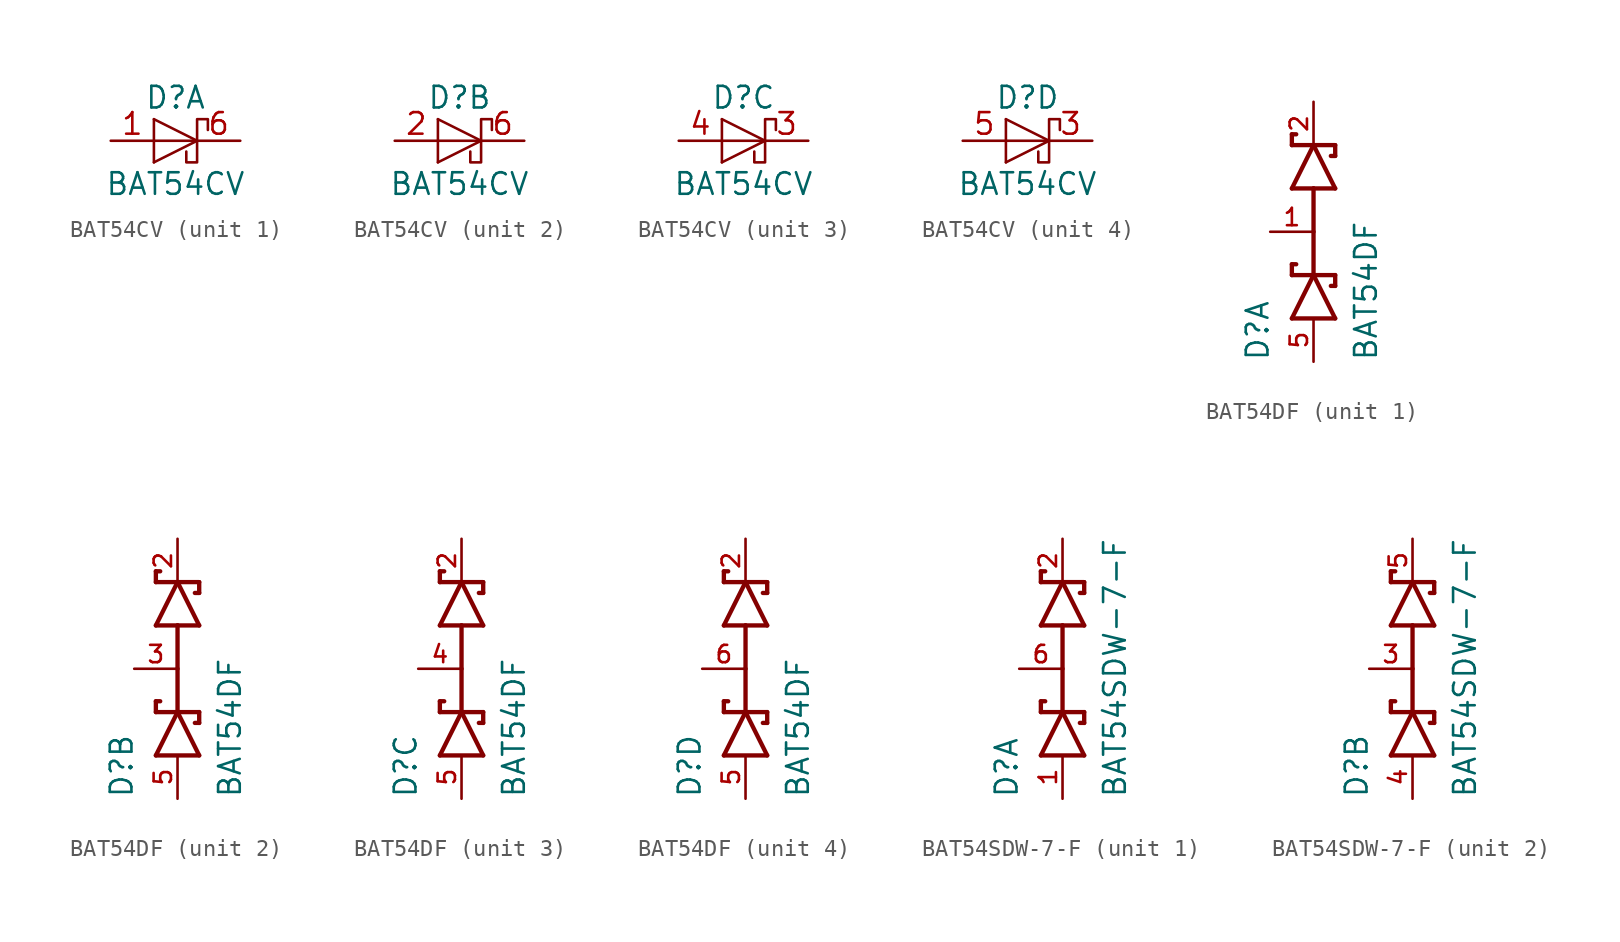
<source format=kicad_sym>
(kicad_symbol_lib
  (version 20220914)
  (generator kicad_symbol_editor)
  (symbol "BAT54CV"
    (pin_names
      (offset 1.016) hide)
    (property "Reference" "D"
      (at 0 2.54 0)
      (effects (font (size 1.27 1.27))))
    (property "Value" "BAT54CV"
      (at 0 -2.54 0)
      (effects (font (size 1.27 1.27))))
    (symbol "BAT54CV_0_1"
      (polyline (pts (xy -1.27 0) (xy 1.27 0)) (stroke (width 0) (type default)) (fill (type none)))
      (polyline (pts (xy -1.27 1.27) (xy -1.27 -1.27)) (stroke (width 0) (type default)) (fill (type none)))
      (polyline (pts (xy -1.27 -1.27) (xy 1.27 0) (xy -1.27 1.27)) (stroke (width 0) (type default)) (fill (type none)))
      (polyline (pts (xy 0.635 -0.635) (xy 0.635 -1.27) (xy 1.27 -1.27) (xy 1.27 1.27) (xy 1.905 1.27) (xy 1.905 0.635)) (stroke (width 0) (type default)) (fill (type none))))
    (symbol "BAT54CV_1_1"
      (pin passive line (at -3.81 0 0) (length 2.54) (name "K" (effects (font (size 1.27 1.27)))) (number "1" (effects (font (size 1.27 1.27)))))
      (pin passive line (at 3.81 0 180) (length 2.54) (name "A" (effects (font (size 1.27 1.27)))) (number "6" (effects (font (size 1.27 1.27))))))
    (symbol "BAT54CV_2_1"
      (pin passive line (at -3.81 0 0) (length 2.54) (name "K" (effects (font (size 1.27 1.27)))) (number "2" (effects (font (size 1.27 1.27)))))
      (pin passive line (at 3.81 0 180) (length 2.54) (name "A" (effects (font (size 1.27 1.27)))) (number "6" (effects (font (size 1.27 1.27))))))
    (symbol "BAT54CV_3_1"
      (pin passive line (at 3.81 0 180) (length 2.54) (name "A" (effects (font (size 1.27 1.27)))) (number "3" (effects (font (size 1.27 1.27)))))
      (pin passive line (at -3.81 0 0) (length 2.54) (name "K" (effects (font (size 1.27 1.27)))) (number "4" (effects (font (size 1.27 1.27))))))
    (symbol "BAT54CV_4_1"
      (pin passive line (at 3.81 0 180) (length 2.54) (name "A" (effects (font (size 1.27 1.27)))) (number "3" (effects (font (size 1.27 1.27)))))
      (pin passive line (at -3.81 0 0) (length 2.54) (name "K" (effects (font (size 1.27 1.27)))) (number "5" (effects (font (size 1.27 1.27)))))))
  (symbol "BAT54DF"
    (pin_names
      (offset 1.016))
    (property "Reference" "D"
      (at -2.54 -7.62 90)
      (effects (font (size 1.27 1.27)) (justify left bottom)))
    (property "Value" "BAT54DF"
      (at 3.81 -7.62 90)
      (effects (font (size 1.27 1.27)) (justify left bottom)))
    (symbol "BAT54DF_1_0"
      (polyline (pts (xy -1.27 -5.08) (xy 1.27 -5.08)) (stroke (width 0.254) (type default)) (fill (type none)))
      (polyline (pts (xy -1.27 -2.54) (xy 0 -2.54)) (stroke (width 0.254) (type default)) (fill (type none)))
      (polyline (pts (xy -1.27 -1.905) (xy -1.27 -2.54)) (stroke (width 0.254) (type default)) (fill (type none)))
      (polyline (pts (xy -1.27 -1.905) (xy -1.016 -1.905)) (stroke (width 0.254) (type default)) (fill (type none)))
      (polyline (pts (xy -1.27 2.54) (xy 0 2.54)) (stroke (width 0.254) (type default)) (fill (type none)))
      (polyline (pts (xy -1.27 5.08) (xy 0 5.08)) (stroke (width 0.254) (type default)) (fill (type none)))
      (polyline (pts (xy -1.27 5.715) (xy -1.27 5.08)) (stroke (width 0.254) (type default)) (fill (type none)))
      (polyline (pts (xy -1.27 5.715) (xy -1.016 5.715)) (stroke (width 0.254) (type default)) (fill (type none)))
      (polyline (pts (xy 0 -2.54) (xy -1.27 -5.08)) (stroke (width 0.254) (type default)) (fill (type none)))
      (polyline (pts (xy 0 -2.54) (xy 1.27 -2.54)) (stroke (width 0.254) (type default)) (fill (type none)))
      (polyline (pts (xy 0 0) (xy 0 -2.54)) (stroke (width 0.254) (type default)) (fill (type none)))
      (polyline (pts (xy 0 0) (xy 0 2.54)) (stroke (width 0.254) (type default)) (fill (type none)))
      (polyline (pts (xy 0 2.54) (xy 1.27 2.54)) (stroke (width 0.254) (type default)) (fill (type none)))
      (polyline (pts (xy 0 5.08) (xy -1.27 2.54)) (stroke (width 0.254) (type default)) (fill (type none)))
      (polyline (pts (xy 0 5.08) (xy 1.27 5.08)) (stroke (width 0.254) (type default)) (fill (type none)))
      (polyline (pts (xy 1.016 -3.175) (xy 1.27 -3.175)) (stroke (width 0.254) (type default)) (fill (type none)))
      (polyline (pts (xy 1.016 4.445) (xy 1.27 4.445)) (stroke (width 0.254) (type default)) (fill (type none)))
      (polyline (pts (xy 1.27 -5.08) (xy 0 -2.54)) (stroke (width 0.254) (type default)) (fill (type none)))
      (polyline (pts (xy 1.27 -2.54) (xy 1.27 -3.175)) (stroke (width 0.254) (type default)) (fill (type none)))
      (polyline (pts (xy 1.27 2.54) (xy 0 5.08)) (stroke (width 0.254) (type default)) (fill (type none)))
      (polyline (pts (xy 1.27 5.08) (xy 1.27 4.445)) (stroke (width 0.254) (type default)) (fill (type none)))
      (pin passive line (at -2.54 0 0) (length 2.54) (name "~" (effects (font (size 1.016 1.016)))) (number "1" (effects (font (size 1.016 1.016)))))
      (pin passive line (at 0 7.62 270) (length 2.54) (name "~" (effects (font (size 1.016 1.016)))) (number "2" (effects (font (size 1.016 1.016)))))
      (pin passive line (at 0 -7.62 90) (length 2.54) (name "~" (effects (font (size 1.016 1.016)))) (number "5" (effects (font (size 1.016 1.016))))))
    (symbol "BAT54DF_2_0"
      (polyline (pts (xy -1.27 -5.08) (xy 1.27 -5.08)) (stroke (width 0.254) (type default)) (fill (type none)))
      (polyline (pts (xy -1.27 -2.54) (xy 0 -2.54)) (stroke (width 0.254) (type default)) (fill (type none)))
      (polyline (pts (xy -1.27 -1.905) (xy -1.27 -2.54)) (stroke (width 0.254) (type default)) (fill (type none)))
      (polyline (pts (xy -1.27 -1.905) (xy -1.016 -1.905)) (stroke (width 0.254) (type default)) (fill (type none)))
      (polyline (pts (xy -1.27 2.54) (xy 0 2.54)) (stroke (width 0.254) (type default)) (fill (type none)))
      (polyline (pts (xy -1.27 5.08) (xy 0 5.08)) (stroke (width 0.254) (type default)) (fill (type none)))
      (polyline (pts (xy -1.27 5.715) (xy -1.27 5.08)) (stroke (width 0.254) (type default)) (fill (type none)))
      (polyline (pts (xy -1.27 5.715) (xy -1.016 5.715)) (stroke (width 0.254) (type default)) (fill (type none)))
      (polyline (pts (xy 0 -2.54) (xy -1.27 -5.08)) (stroke (width 0.254) (type default)) (fill (type none)))
      (polyline (pts (xy 0 -2.54) (xy 1.27 -2.54)) (stroke (width 0.254) (type default)) (fill (type none)))
      (polyline (pts (xy 0 0) (xy 0 -2.54)) (stroke (width 0.254) (type default)) (fill (type none)))
      (polyline (pts (xy 0 0) (xy 0 2.54)) (stroke (width 0.254) (type default)) (fill (type none)))
      (polyline (pts (xy 0 2.54) (xy 1.27 2.54)) (stroke (width 0.254) (type default)) (fill (type none)))
      (polyline (pts (xy 0 5.08) (xy -1.27 2.54)) (stroke (width 0.254) (type default)) (fill (type none)))
      (polyline (pts (xy 0 5.08) (xy 1.27 5.08)) (stroke (width 0.254) (type default)) (fill (type none)))
      (polyline (pts (xy 1.016 -3.175) (xy 1.27 -3.175)) (stroke (width 0.254) (type default)) (fill (type none)))
      (polyline (pts (xy 1.016 4.445) (xy 1.27 4.445)) (stroke (width 0.254) (type default)) (fill (type none)))
      (polyline (pts (xy 1.27 -5.08) (xy 0 -2.54)) (stroke (width 0.254) (type default)) (fill (type none)))
      (polyline (pts (xy 1.27 -2.54) (xy 1.27 -3.175)) (stroke (width 0.254) (type default)) (fill (type none)))
      (polyline (pts (xy 1.27 2.54) (xy 0 5.08)) (stroke (width 0.254) (type default)) (fill (type none)))
      (polyline (pts (xy 1.27 5.08) (xy 1.27 4.445)) (stroke (width 0.254) (type default)) (fill (type none)))
      (pin passive line (at 0 7.62 270) (length 2.54) (name "~" (effects (font (size 1.016 1.016)))) (number "2" (effects (font (size 1.016 1.016)))))
      (pin passive line (at -2.54 0 0) (length 2.54) (name "~" (effects (font (size 1.016 1.016)))) (number "3" (effects (font (size 1.016 1.016)))))
      (pin passive line (at 0 -7.62 90) (length 2.54) (name "~" (effects (font (size 1.016 1.016)))) (number "5" (effects (font (size 1.016 1.016))))))
    (symbol "BAT54DF_3_0"
      (polyline (pts (xy -1.27 -5.08) (xy 1.27 -5.08)) (stroke (width 0.254) (type default)) (fill (type none)))
      (polyline (pts (xy -1.27 -2.54) (xy 0 -2.54)) (stroke (width 0.254) (type default)) (fill (type none)))
      (polyline (pts (xy -1.27 -1.905) (xy -1.27 -2.54)) (stroke (width 0.254) (type default)) (fill (type none)))
      (polyline (pts (xy -1.27 -1.905) (xy -1.016 -1.905)) (stroke (width 0.254) (type default)) (fill (type none)))
      (polyline (pts (xy -1.27 2.54) (xy 0 2.54)) (stroke (width 0.254) (type default)) (fill (type none)))
      (polyline (pts (xy -1.27 5.08) (xy 0 5.08)) (stroke (width 0.254) (type default)) (fill (type none)))
      (polyline (pts (xy -1.27 5.715) (xy -1.27 5.08)) (stroke (width 0.254) (type default)) (fill (type none)))
      (polyline (pts (xy -1.27 5.715) (xy -1.016 5.715)) (stroke (width 0.254) (type default)) (fill (type none)))
      (polyline (pts (xy 0 -2.54) (xy -1.27 -5.08)) (stroke (width 0.254) (type default)) (fill (type none)))
      (polyline (pts (xy 0 -2.54) (xy 1.27 -2.54)) (stroke (width 0.254) (type default)) (fill (type none)))
      (polyline (pts (xy 0 0) (xy 0 -2.54)) (stroke (width 0.254) (type default)) (fill (type none)))
      (polyline (pts (xy 0 0) (xy 0 2.54)) (stroke (width 0.254) (type default)) (fill (type none)))
      (polyline (pts (xy 0 2.54) (xy 1.27 2.54)) (stroke (width 0.254) (type default)) (fill (type none)))
      (polyline (pts (xy 0 5.08) (xy -1.27 2.54)) (stroke (width 0.254) (type default)) (fill (type none)))
      (polyline (pts (xy 0 5.08) (xy 1.27 5.08)) (stroke (width 0.254) (type default)) (fill (type none)))
      (polyline (pts (xy 1.016 -3.175) (xy 1.27 -3.175)) (stroke (width 0.254) (type default)) (fill (type none)))
      (polyline (pts (xy 1.016 4.445) (xy 1.27 4.445)) (stroke (width 0.254) (type default)) (fill (type none)))
      (polyline (pts (xy 1.27 -5.08) (xy 0 -2.54)) (stroke (width 0.254) (type default)) (fill (type none)))
      (polyline (pts (xy 1.27 -2.54) (xy 1.27 -3.175)) (stroke (width 0.254) (type default)) (fill (type none)))
      (polyline (pts (xy 1.27 2.54) (xy 0 5.08)) (stroke (width 0.254) (type default)) (fill (type none)))
      (polyline (pts (xy 1.27 5.08) (xy 1.27 4.445)) (stroke (width 0.254) (type default)) (fill (type none)))
      (pin passive line (at 0 7.62 270) (length 2.54) (name "~" (effects (font (size 1.016 1.016)))) (number "2" (effects (font (size 1.016 1.016)))))
      (pin passive line (at -2.54 0 0) (length 2.54) (name "~" (effects (font (size 1.016 1.016)))) (number "4" (effects (font (size 1.016 1.016)))))
      (pin passive line (at 0 -7.62 90) (length 2.54) (name "~" (effects (font (size 1.016 1.016)))) (number "5" (effects (font (size 1.016 1.016))))))
    (symbol "BAT54DF_4_0"
      (polyline (pts (xy -1.27 -5.08) (xy 1.27 -5.08)) (stroke (width 0.254) (type default)) (fill (type none)))
      (polyline (pts (xy -1.27 -2.54) (xy 0 -2.54)) (stroke (width 0.254) (type default)) (fill (type none)))
      (polyline (pts (xy -1.27 -1.905) (xy -1.27 -2.54)) (stroke (width 0.254) (type default)) (fill (type none)))
      (polyline (pts (xy -1.27 -1.905) (xy -1.016 -1.905)) (stroke (width 0.254) (type default)) (fill (type none)))
      (polyline (pts (xy -1.27 2.54) (xy 0 2.54)) (stroke (width 0.254) (type default)) (fill (type none)))
      (polyline (pts (xy -1.27 5.08) (xy 0 5.08)) (stroke (width 0.254) (type default)) (fill (type none)))
      (polyline (pts (xy -1.27 5.715) (xy -1.27 5.08)) (stroke (width 0.254) (type default)) (fill (type none)))
      (polyline (pts (xy -1.27 5.715) (xy -1.016 5.715)) (stroke (width 0.254) (type default)) (fill (type none)))
      (polyline (pts (xy 0 -2.54) (xy -1.27 -5.08)) (stroke (width 0.254) (type default)) (fill (type none)))
      (polyline (pts (xy 0 -2.54) (xy 1.27 -2.54)) (stroke (width 0.254) (type default)) (fill (type none)))
      (polyline (pts (xy 0 0) (xy 0 -2.54)) (stroke (width 0.254) (type default)) (fill (type none)))
      (polyline (pts (xy 0 0) (xy 0 2.54)) (stroke (width 0.254) (type default)) (fill (type none)))
      (polyline (pts (xy 0 2.54) (xy 1.27 2.54)) (stroke (width 0.254) (type default)) (fill (type none)))
      (polyline (pts (xy 0 5.08) (xy -1.27 2.54)) (stroke (width 0.254) (type default)) (fill (type none)))
      (polyline (pts (xy 0 5.08) (xy 1.27 5.08)) (stroke (width 0.254) (type default)) (fill (type none)))
      (polyline (pts (xy 1.016 -3.175) (xy 1.27 -3.175)) (stroke (width 0.254) (type default)) (fill (type none)))
      (polyline (pts (xy 1.016 4.445) (xy 1.27 4.445)) (stroke (width 0.254) (type default)) (fill (type none)))
      (polyline (pts (xy 1.27 -5.08) (xy 0 -2.54)) (stroke (width 0.254) (type default)) (fill (type none)))
      (polyline (pts (xy 1.27 -2.54) (xy 1.27 -3.175)) (stroke (width 0.254) (type default)) (fill (type none)))
      (polyline (pts (xy 1.27 2.54) (xy 0 5.08)) (stroke (width 0.254) (type default)) (fill (type none)))
      (polyline (pts (xy 1.27 5.08) (xy 1.27 4.445)) (stroke (width 0.254) (type default)) (fill (type none)))
      (pin passive line (at 0 7.62 270) (length 2.54) (name "~" (effects (font (size 1.016 1.016)))) (number "2" (effects (font (size 1.016 1.016)))))
      (pin passive line (at 0 -7.62 90) (length 2.54) (name "~" (effects (font (size 1.016 1.016)))) (number "5" (effects (font (size 1.016 1.016)))))
      (pin passive line (at -2.54 0 0) (length 2.54) (name "~" (effects (font (size 1.016 1.016)))) (number "6" (effects (font (size 1.016 1.016)))))))
  (symbol "BAT54SDW-7-F"
    (pin_names
      (offset 1.016))
    (property "Reference" "D"
      (at -2.54 -7.62 90)
      (effects (font (size 1.27 1.27)) (justify left bottom)))
    (property "Value" "BAT54SDW-7-F"
      (at 3.81 -7.62 90)
      (effects (font (size 1.27 1.27)) (justify left bottom)))
    (symbol "BAT54SDW-7-F_1_0"
      (polyline (pts (xy -1.27 -5.08) (xy 1.27 -5.08)) (stroke (width 0.254) (type default)) (fill (type none)))
      (polyline (pts (xy -1.27 -2.54) (xy 0 -2.54)) (stroke (width 0.254) (type default)) (fill (type none)))
      (polyline (pts (xy -1.27 -1.905) (xy -1.27 -2.54)) (stroke (width 0.254) (type default)) (fill (type none)))
      (polyline (pts (xy -1.27 -1.905) (xy -1.016 -1.905)) (stroke (width 0.254) (type default)) (fill (type none)))
      (polyline (pts (xy -1.27 2.54) (xy 0 2.54)) (stroke (width 0.254) (type default)) (fill (type none)))
      (polyline (pts (xy -1.27 5.08) (xy 0 5.08)) (stroke (width 0.254) (type default)) (fill (type none)))
      (polyline (pts (xy -1.27 5.715) (xy -1.27 5.08)) (stroke (width 0.254) (type default)) (fill (type none)))
      (polyline (pts (xy -1.27 5.715) (xy -1.016 5.715)) (stroke (width 0.254) (type default)) (fill (type none)))
      (polyline (pts (xy 0 -2.54) (xy -1.27 -5.08)) (stroke (width 0.254) (type default)) (fill (type none)))
      (polyline (pts (xy 0 -2.54) (xy 1.27 -2.54)) (stroke (width 0.254) (type default)) (fill (type none)))
      (polyline (pts (xy 0 0) (xy 0 -2.54)) (stroke (width 0.254) (type default)) (fill (type none)))
      (polyline (pts (xy 0 0) (xy 0 2.54)) (stroke (width 0.254) (type default)) (fill (type none)))
      (polyline (pts (xy 0 2.54) (xy 1.27 2.54)) (stroke (width 0.254) (type default)) (fill (type none)))
      (polyline (pts (xy 0 5.08) (xy -1.27 2.54)) (stroke (width 0.254) (type default)) (fill (type none)))
      (polyline (pts (xy 0 5.08) (xy 1.27 5.08)) (stroke (width 0.254) (type default)) (fill (type none)))
      (polyline (pts (xy 1.016 -3.175) (xy 1.27 -3.175)) (stroke (width 0.254) (type default)) (fill (type none)))
      (polyline (pts (xy 1.016 4.445) (xy 1.27 4.445)) (stroke (width 0.254) (type default)) (fill (type none)))
      (polyline (pts (xy 1.27 -5.08) (xy 0 -2.54)) (stroke (width 0.254) (type default)) (fill (type none)))
      (polyline (pts (xy 1.27 -2.54) (xy 1.27 -3.175)) (stroke (width 0.254) (type default)) (fill (type none)))
      (polyline (pts (xy 1.27 2.54) (xy 0 5.08)) (stroke (width 0.254) (type default)) (fill (type none)))
      (polyline (pts (xy 1.27 5.08) (xy 1.27 4.445)) (stroke (width 0.254) (type default)) (fill (type none)))
      (pin passive line (at 0 -7.62 90) (length 2.54) (name "~" (effects (font (size 1.016 1.016)))) (number "1" (effects (font (size 1.016 1.016)))))
      (pin passive line (at 0 7.62 270) (length 2.54) (name "~" (effects (font (size 1.016 1.016)))) (number "2" (effects (font (size 1.016 1.016)))))
      (pin passive line (at -2.54 0 0) (length 2.54) (name "~" (effects (font (size 1.016 1.016)))) (number "6" (effects (font (size 1.016 1.016))))))
    (symbol "BAT54SDW-7-F_2_0"
      (polyline (pts (xy -1.27 -5.08) (xy 1.27 -5.08)) (stroke (width 0.254) (type default)) (fill (type none)))
      (polyline (pts (xy -1.27 -2.54) (xy 0 -2.54)) (stroke (width 0.254) (type default)) (fill (type none)))
      (polyline (pts (xy -1.27 -1.905) (xy -1.27 -2.54)) (stroke (width 0.254) (type default)) (fill (type none)))
      (polyline (pts (xy -1.27 -1.905) (xy -1.016 -1.905)) (stroke (width 0.254) (type default)) (fill (type none)))
      (polyline (pts (xy -1.27 2.54) (xy 0 2.54)) (stroke (width 0.254) (type default)) (fill (type none)))
      (polyline (pts (xy -1.27 5.08) (xy 0 5.08)) (stroke (width 0.254) (type default)) (fill (type none)))
      (polyline (pts (xy -1.27 5.715) (xy -1.27 5.08)) (stroke (width 0.254) (type default)) (fill (type none)))
      (polyline (pts (xy -1.27 5.715) (xy -1.016 5.715)) (stroke (width 0.254) (type default)) (fill (type none)))
      (polyline (pts (xy 0 -2.54) (xy -1.27 -5.08)) (stroke (width 0.254) (type default)) (fill (type none)))
      (polyline (pts (xy 0 -2.54) (xy 1.27 -2.54)) (stroke (width 0.254) (type default)) (fill (type none)))
      (polyline (pts (xy 0 0) (xy 0 -2.54)) (stroke (width 0.254) (type default)) (fill (type none)))
      (polyline (pts (xy 0 0) (xy 0 2.54)) (stroke (width 0.254) (type default)) (fill (type none)))
      (polyline (pts (xy 0 2.54) (xy 1.27 2.54)) (stroke (width 0.254) (type default)) (fill (type none)))
      (polyline (pts (xy 0 5.08) (xy -1.27 2.54)) (stroke (width 0.254) (type default)) (fill (type none)))
      (polyline (pts (xy 0 5.08) (xy 1.27 5.08)) (stroke (width 0.254) (type default)) (fill (type none)))
      (polyline (pts (xy 1.016 -3.175) (xy 1.27 -3.175)) (stroke (width 0.254) (type default)) (fill (type none)))
      (polyline (pts (xy 1.016 4.445) (xy 1.27 4.445)) (stroke (width 0.254) (type default)) (fill (type none)))
      (polyline (pts (xy 1.27 -5.08) (xy 0 -2.54)) (stroke (width 0.254) (type default)) (fill (type none)))
      (polyline (pts (xy 1.27 -2.54) (xy 1.27 -3.175)) (stroke (width 0.254) (type default)) (fill (type none)))
      (polyline (pts (xy 1.27 2.54) (xy 0 5.08)) (stroke (width 0.254) (type default)) (fill (type none)))
      (polyline (pts (xy 1.27 5.08) (xy 1.27 4.445)) (stroke (width 0.254) (type default)) (fill (type none)))
      (pin passive line (at -2.54 0 0) (length 2.54) (name "~" (effects (font (size 1.016 1.016)))) (number "3" (effects (font (size 1.016 1.016)))))
      (pin passive line (at 0 -7.62 90) (length 2.54) (name "~" (effects (font (size 1.016 1.016)))) (number "4" (effects (font (size 1.016 1.016)))))
      (pin passive line (at 0 7.62 270) (length 2.54) (name "~" (effects (font (size 1.016 1.016)))) (number "5" (effects (font (size 1.016 1.016))))))))
</source>
